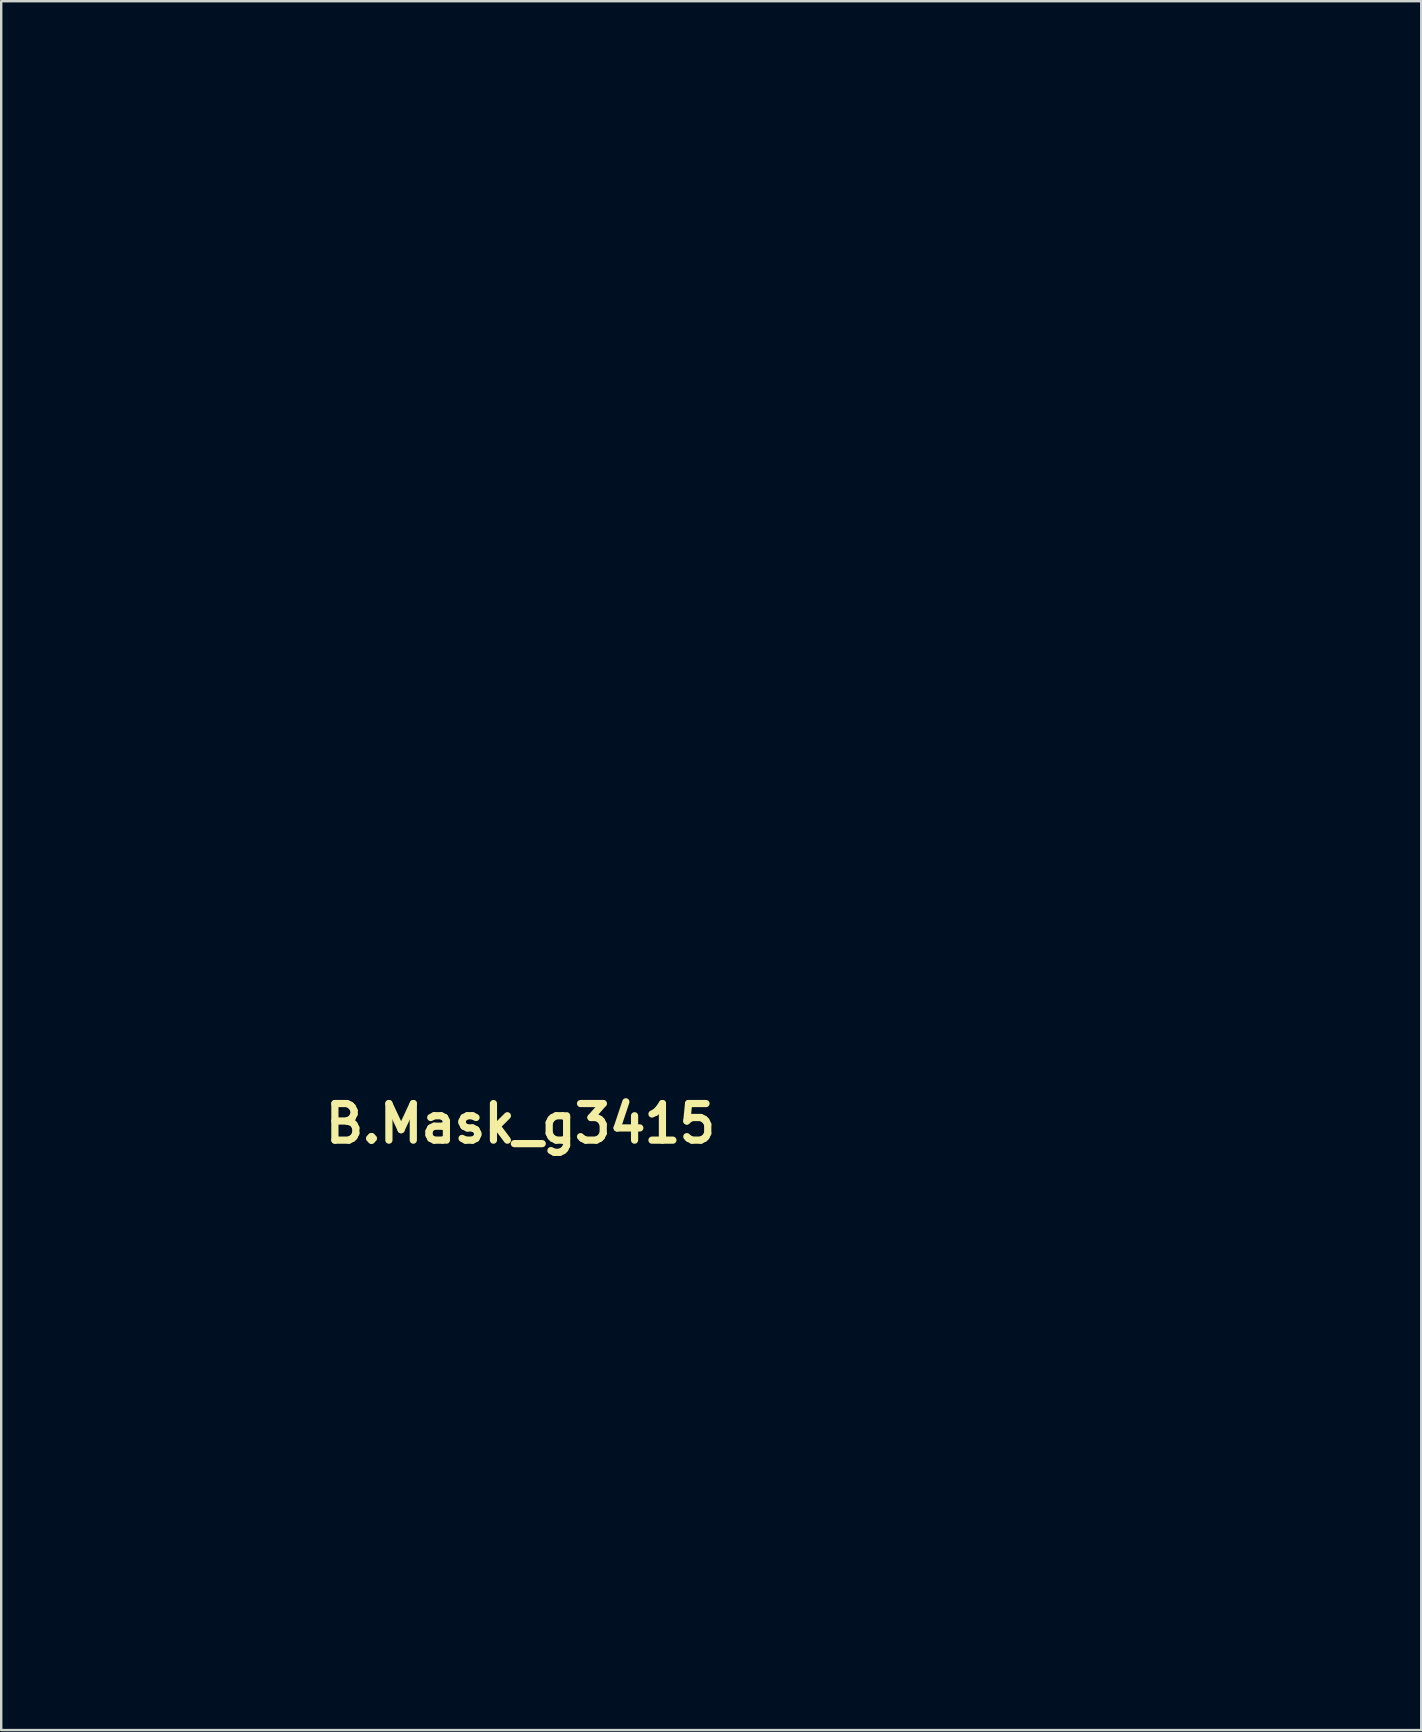
<source format=kicad_pcb>
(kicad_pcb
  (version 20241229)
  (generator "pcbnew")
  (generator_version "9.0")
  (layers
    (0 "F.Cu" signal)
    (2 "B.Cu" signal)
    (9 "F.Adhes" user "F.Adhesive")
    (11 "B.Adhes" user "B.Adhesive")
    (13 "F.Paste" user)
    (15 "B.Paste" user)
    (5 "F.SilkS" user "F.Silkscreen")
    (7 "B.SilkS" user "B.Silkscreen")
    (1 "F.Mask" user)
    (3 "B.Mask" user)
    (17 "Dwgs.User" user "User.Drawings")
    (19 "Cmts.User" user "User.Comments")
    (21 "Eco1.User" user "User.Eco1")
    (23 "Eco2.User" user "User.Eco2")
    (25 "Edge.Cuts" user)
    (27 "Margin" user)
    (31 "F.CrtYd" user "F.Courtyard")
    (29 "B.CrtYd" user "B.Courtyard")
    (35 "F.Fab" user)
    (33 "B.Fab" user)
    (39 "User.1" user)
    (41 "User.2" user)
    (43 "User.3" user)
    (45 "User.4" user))
  (footprint "B.Mask_g3415"
    (layer "F.Cu")
    (at 18.629 43.753)
    (property "Reference" "B.Mask_g3415" (at 0 0 0) (layer "F.SilkS") (effects (font (size 1.524 1.524) (thickness 0.3))))
    (attr through_hole)
    (fp_poly (pts (xy 33.271 6.842) (xy 33.399 6.864) (xy 33.401 6.865) (xy 33.633 6.946) (xy 33.845 7.061) (xy 34.034 7.207) (xy 34.197 7.38) (xy 34.329 7.576) (xy 34.429 7.792) (xy 34.494 8.023) (xy 34.517 8.213) (xy 34.511 8.465) (xy 34.466 8.705) (xy 34.383 8.93) (xy 34.266 9.137) (xy 34.117 9.322) (xy 33.938 9.482) (xy 33.731 9.614) (xy 33.509 9.71) (xy 33.36 9.747) (xy 33.187 9.77) (xy 33.006 9.776) (xy 32.83 9.767) (xy 32.676 9.741) (xy 32.665 9.738) (xy 32.431 9.653) (xy 32.216 9.531) (xy 32.023 9.374) (xy 32.005 9.356) (xy 31.839 9.164) (xy 31.713 8.957) (xy 31.625 8.733) (xy 31.576 8.491) (xy 31.566 8.394) (xy 31.568 8.172) (xy 31.603 7.96) (xy 31.674 7.747) (xy 31.722 7.641) (xy 31.843 7.439) (xy 31.998 7.258) (xy 32.181 7.102) (xy 32.386 6.977) (xy 32.609 6.886) (xy 32.681 6.865) (xy 32.808 6.842) (xy 32.96 6.831) (xy 33.119 6.831) (xy 33.271 6.842)) (stroke (width 0.01) (type solid)) (fill yes) (layer "B.Mask"))
    (fp_poly (pts (xy -9.539 -30.264) (xy -9.302 -30.238) (xy -9.088 -30.179) (xy -8.894 -30.086) (xy -8.711 -29.955) (xy -8.615 -29.866) (xy -8.455 -29.681) (xy -8.331 -29.476) (xy -8.262 -29.312) (xy -8.224 -29.168) (xy -8.201 -28.999) (xy -8.193 -28.822) (xy -8.201 -28.652) (xy -8.222 -28.522) (xy -8.295 -28.298) (xy -8.404 -28.089) (xy -8.545 -27.901) (xy -8.714 -27.74) (xy -8.906 -27.61) (xy -8.976 -27.574) (xy -9.072 -27.531) (xy -9.164 -27.493) (xy -9.241 -27.465) (xy -9.272 -27.456) (xy -9.388 -27.437) (xy -9.526 -27.425) (xy -9.667 -27.422) (xy -9.793 -27.428) (xy -9.832 -27.433) (xy -10.066 -27.489) (xy -10.285 -27.583) (xy -10.483 -27.711) (xy -10.658 -27.87) (xy -10.805 -28.058) (xy -10.922 -28.27) (xy -10.979 -28.416) (xy -11.005 -28.504) (xy -11.022 -28.583) (xy -11.031 -28.67) (xy -11.035 -28.777) (xy -11.035 -28.829) (xy -11.023 -29.066) (xy -10.981 -29.276) (xy -10.907 -29.467) (xy -10.799 -29.646) (xy -10.652 -29.82) (xy -10.626 -29.847) (xy -10.447 -30.005) (xy -10.26 -30.124) (xy -10.06 -30.206) (xy -9.842 -30.252) (xy -9.601 -30.265) (xy -9.539 -30.264)) (stroke (width 0.01) (type solid)) (fill yes) (layer "B.Mask"))
    (fp_poly (pts (xy -2.786 -5.692) (xy -2.59 -5.661) (xy -2.403 -5.607) (xy -2.279 -5.557) (xy -2.051 -5.434) (xy -1.842 -5.276) (xy -1.657 -5.089) (xy -1.499 -4.877) (xy -1.374 -4.647) (xy -1.285 -4.402) (xy -1.282 -4.392) (xy -1.257 -4.268) (xy -1.24 -4.117) (xy -1.232 -3.956) (xy -1.234 -3.8) (xy -1.245 -3.666) (xy -1.248 -3.651) (xy -1.311 -3.386) (xy -1.411 -3.138) (xy -1.545 -2.91) (xy -1.71 -2.706) (xy -1.904 -2.528) (xy -2.122 -2.38) (xy -2.363 -2.265) (xy -2.529 -2.21) (xy -2.642 -2.187) (xy -2.784 -2.172) (xy -2.943 -2.165) (xy -3.104 -2.166) (xy -3.256 -2.175) (xy -3.387 -2.191) (xy -3.437 -2.202) (xy -3.693 -2.287) (xy -3.927 -2.406) (xy -4.136 -2.554) (xy -4.319 -2.729) (xy -4.474 -2.926) (xy -4.6 -3.143) (xy -4.694 -3.376) (xy -4.755 -3.621) (xy -4.782 -3.874) (xy -4.771 -4.134) (xy -4.722 -4.394) (xy -4.648 -4.619) (xy -4.539 -4.834) (xy -4.395 -5.039) (xy -4.223 -5.225) (xy -4.028 -5.387) (xy -3.817 -5.516) (xy -3.735 -5.556) (xy -3.547 -5.628) (xy -3.36 -5.674) (xy -3.159 -5.697) (xy -3.006 -5.701) (xy -2.786 -5.692)) (stroke (width 0.01) (type solid)) (fill yes) (layer "B.Mask"))
    (fp_poly (pts (xy -3.071 -28.834) (xy -2.918 -28.822) (xy -2.794 -28.799) (xy -2.595 -28.727) (xy -2.403 -28.622) (xy -2.225 -28.49) (xy -2.069 -28.338) (xy -1.943 -28.172) (xy -1.9 -28.098) (xy -1.821 -27.926) (xy -1.77 -27.761) (xy -1.744 -27.588) (xy -1.74 -27.394) (xy -1.741 -27.359) (xy -1.762 -27.131) (xy -1.81 -26.931) (xy -1.886 -26.75) (xy -1.996 -26.579) (xy -2.142 -26.411) (xy -2.148 -26.404) (xy -2.329 -26.247) (xy -2.525 -26.128) (xy -2.738 -26.047) (xy -2.97 -26.003) (xy -3.162 -25.994) (xy -3.276 -25.998) (xy -3.386 -26.006) (xy -3.477 -26.018) (xy -3.514 -26.026) (xy -3.587 -26.05) (xy -3.682 -26.086) (xy -3.78 -26.129) (xy -3.81 -26.144) (xy -3.903 -26.193) (xy -3.983 -26.245) (xy -4.061 -26.309) (xy -4.151 -26.394) (xy -4.17 -26.414) (xy -4.327 -26.593) (xy -4.443 -26.779) (xy -4.523 -26.977) (xy -4.568 -27.193) (xy -4.58 -27.411) (xy -4.571 -27.604) (xy -4.542 -27.773) (xy -4.489 -27.936) (xy -4.435 -28.056) (xy -4.313 -28.258) (xy -4.158 -28.436) (xy -3.974 -28.587) (xy -3.767 -28.707) (xy -3.542 -28.792) (xy -3.514 -28.8) (xy -3.385 -28.823) (xy -3.232 -28.835) (xy -3.071 -28.834)) (stroke (width 0.01) (type solid)) (fill yes) (layer "B.Mask"))
    (fp_poly (pts (xy 5.881 12.036) (xy 6.173 12.1) (xy 6.457 12.202) (xy 6.71 12.332) (xy 6.96 12.505) (xy 7.181 12.706) (xy 7.372 12.932) (xy 7.531 13.18) (xy 7.658 13.445) (xy 7.749 13.724) (xy 7.805 14.014) (xy 7.824 14.311) (xy 7.803 14.611) (xy 7.743 14.91) (xy 7.734 14.94) (xy 7.632 15.226) (xy 7.496 15.49) (xy 7.324 15.734) (xy 7.146 15.929) (xy 6.911 16.136) (xy 6.661 16.304) (xy 6.394 16.434) (xy 6.108 16.526) (xy 5.935 16.563) (xy 5.786 16.581) (xy 5.613 16.59) (xy 5.431 16.591) (xy 5.258 16.582) (xy 5.109 16.564) (xy 5.099 16.562) (xy 4.814 16.489) (xy 4.54 16.378) (xy 4.281 16.232) (xy 4.043 16.055) (xy 3.829 15.849) (xy 3.645 15.618) (xy 3.509 15.394) (xy 3.393 15.145) (xy 3.312 14.903) (xy 3.262 14.656) (xy 3.24 14.392) (xy 3.239 14.293) (xy 3.259 13.981) (xy 3.319 13.681) (xy 3.419 13.394) (xy 3.557 13.124) (xy 3.731 12.874) (xy 3.941 12.645) (xy 3.951 12.636) (xy 4.187 12.441) (xy 4.444 12.281) (xy 4.715 12.158) (xy 4.999 12.072) (xy 5.29 12.022) (xy 5.585 12.01) (xy 5.881 12.036)) (stroke (width 0.01) (type solid)) (fill yes) (layer "B.Mask"))
    (fp_poly (pts (xy 7.902 -30.008) (xy 8.164 -29.938) (xy 8.415 -29.833) (xy 8.65 -29.693) (xy 8.864 -29.518) (xy 9.066 -29.304) (xy 9.227 -29.078) (xy 9.35 -28.839) (xy 9.436 -28.584) (xy 9.485 -28.308) (xy 9.498 -28.14) (xy 9.492 -27.848) (xy 9.449 -27.575) (xy 9.368 -27.316) (xy 9.248 -27.071) (xy 9.187 -26.973) (xy 9.007 -26.736) (xy 8.803 -26.533) (xy 8.576 -26.366) (xy 8.329 -26.234) (xy 8.063 -26.14) (xy 7.78 -26.084) (xy 7.599 -26.069) (xy 7.499 -26.066) (xy 7.408 -26.065) (xy 7.34 -26.066) (xy 7.313 -26.069) (xy 7.112 -26.103) (xy 6.937 -26.146) (xy 6.869 -26.167) (xy 6.604 -26.279) (xy 6.362 -26.426) (xy 6.145 -26.604) (xy 5.954 -26.813) (xy 5.794 -27.048) (xy 5.665 -27.306) (xy 5.575 -27.571) (xy 5.555 -27.674) (xy 5.542 -27.807) (xy 5.534 -27.957) (xy 5.533 -28.114) (xy 5.538 -28.266) (xy 5.55 -28.402) (xy 5.567 -28.51) (xy 5.572 -28.529) (xy 5.667 -28.801) (xy 5.794 -29.056) (xy 5.951 -29.291) (xy 6.133 -29.497) (xy 6.338 -29.672) (xy 6.339 -29.673) (xy 6.576 -29.82) (xy 6.829 -29.931) (xy 7.092 -30.004) (xy 7.361 -30.042) (xy 7.633 -30.043) (xy 7.902 -30.008)) (stroke (width 0.01) (type solid)) (fill yes) (layer "B.Mask"))
    (fp_poly (pts (xy -16.239 -2.003) (xy -15.951 -1.957) (xy -15.676 -1.874) (xy -15.416 -1.756) (xy -15.174 -1.606) (xy -14.953 -1.424) (xy -14.757 -1.214) (xy -14.587 -0.977) (xy -14.448 -0.714) (xy -14.343 -0.428) (xy -14.338 -0.413) (xy -14.307 -0.274) (xy -14.285 -0.109) (xy -14.271 0.07) (xy -14.267 0.248) (xy -14.273 0.411) (xy -14.286 0.52) (xy -14.357 0.819) (xy -14.465 1.1) (xy -14.607 1.359) (xy -14.782 1.595) (xy -14.986 1.805) (xy -15.219 1.985) (xy -15.476 2.135) (xy -15.727 2.239) (xy -15.963 2.305) (xy -16.214 2.346) (xy -16.466 2.36) (xy -16.675 2.35) (xy -16.972 2.299) (xy -17.246 2.214) (xy -17.501 2.093) (xy -17.74 1.935) (xy -17.968 1.737) (xy -17.991 1.714) (xy -18.189 1.493) (xy -18.348 1.262) (xy -18.47 1.015) (xy -18.561 0.746) (xy -18.596 0.595) (xy -18.615 0.456) (xy -18.624 0.289) (xy -18.624 0.109) (xy -18.614 -0.071) (xy -18.595 -0.238) (xy -18.568 -0.379) (xy -18.564 -0.392) (xy -18.467 -0.671) (xy -18.334 -0.933) (xy -18.169 -1.173) (xy -17.974 -1.389) (xy -17.754 -1.578) (xy -17.512 -1.737) (xy -17.25 -1.862) (xy -16.973 -1.95) (xy -16.838 -1.979) (xy -16.535 -2.011) (xy -16.239 -2.003)) (stroke (width 0.01) (type solid)) (fill yes) (layer "B.Mask"))
    (fp_poly (pts (xy -9.028 -14.711) (xy -8.735 -14.655) (xy -8.459 -14.562) (xy -8.203 -14.434) (xy -7.968 -14.273) (xy -7.758 -14.082) (xy -7.575 -13.862) (xy -7.423 -13.618) (xy -7.304 -13.349) (xy -7.237 -13.134) (xy -7.205 -12.958) (xy -7.188 -12.758) (xy -7.187 -12.551) (xy -7.202 -12.35) (xy -7.233 -12.173) (xy -7.235 -12.164) (xy -7.327 -11.875) (xy -7.455 -11.608) (xy -7.615 -11.364) (xy -7.808 -11.147) (xy -8.001 -10.981) (xy -8.13 -10.894) (xy -8.284 -10.807) (xy -8.449 -10.727) (xy -8.609 -10.662) (xy -8.731 -10.623) (xy -8.836 -10.602) (xy -8.971 -10.586) (xy -9.122 -10.575) (xy -9.278 -10.569) (xy -9.427 -10.569) (xy -9.555 -10.576) (xy -9.628 -10.585) (xy -9.905 -10.655) (xy -10.169 -10.764) (xy -10.418 -10.908) (xy -10.647 -11.085) (xy -10.85 -11.293) (xy -11.008 -11.502) (xy -11.141 -11.735) (xy -11.242 -11.984) (xy -11.308 -12.234) (xy -11.333 -12.408) (xy -11.342 -12.605) (xy -11.337 -12.808) (xy -11.317 -13.003) (xy -11.283 -13.174) (xy -11.282 -13.176) (xy -11.187 -13.452) (xy -11.057 -13.707) (xy -10.896 -13.939) (xy -10.708 -14.146) (xy -10.495 -14.324) (xy -10.26 -14.473) (xy -10.008 -14.589) (xy -9.741 -14.671) (xy -9.462 -14.717) (xy -9.176 -14.723) (xy -9.028 -14.711)) (stroke (width 0.01) (type solid)) (fill yes) (layer "B.Mask"))
    (fp_poly (pts (xy 22.056 -32.741) (xy 22.313 -32.689) (xy 22.562 -32.604) (xy 22.799 -32.485) (xy 23.021 -32.332) (xy 23.223 -32.146) (xy 23.377 -31.962) (xy 23.525 -31.73) (xy 23.635 -31.489) (xy 23.707 -31.234) (xy 23.744 -30.96) (xy 23.749 -30.793) (xy 23.73 -30.501) (xy 23.671 -30.226) (xy 23.574 -29.968) (xy 23.438 -29.727) (xy 23.264 -29.503) (xy 23.222 -29.458) (xy 23.008 -29.26) (xy 22.781 -29.102) (xy 22.537 -28.982) (xy 22.275 -28.899) (xy 21.992 -28.851) (xy 21.901 -28.842) (xy 21.825 -28.836) (xy 21.776 -28.832) (xy 21.762 -28.832) (xy 21.736 -28.835) (xy 21.679 -28.842) (xy 21.603 -28.849) (xy 21.59 -28.851) (xy 21.312 -28.899) (xy 21.048 -28.985) (xy 20.802 -29.107) (xy 20.577 -29.262) (xy 20.375 -29.447) (xy 20.2 -29.66) (xy 20.054 -29.899) (xy 19.941 -30.161) (xy 19.894 -30.311) (xy 19.874 -30.392) (xy 19.86 -30.469) (xy 19.852 -30.551) (xy 19.847 -30.652) (xy 19.846 -30.781) (xy 19.846 -30.808) (xy 19.851 -30.993) (xy 19.865 -31.148) (xy 19.892 -31.288) (xy 19.933 -31.424) (xy 19.992 -31.569) (xy 20.021 -31.633) (xy 20.097 -31.784) (xy 20.175 -31.91) (xy 20.266 -32.03) (xy 20.356 -32.132) (xy 20.562 -32.325) (xy 20.786 -32.481) (xy 21.025 -32.603) (xy 21.275 -32.689) (xy 21.533 -32.741) (xy 21.795 -32.758) (xy 22.056 -32.741)) (stroke (width 0.01) (type solid)) (fill yes) (layer "B.Mask"))
    (fp_poly (pts (xy -3.265 18.117) (xy -2.988 18.187) (xy -2.715 18.298) (xy -2.667 18.321) (xy -2.416 18.474) (xy -2.193 18.657) (xy -1.998 18.869) (xy -1.835 19.106) (xy -1.706 19.365) (xy -1.612 19.643) (xy -1.574 19.818) (xy -1.555 19.99) (xy -1.549 20.181) (xy -1.558 20.376) (xy -1.58 20.56) (xy -1.606 20.684) (xy -1.701 20.967) (xy -1.831 21.23) (xy -1.994 21.469) (xy -2.186 21.682) (xy -2.406 21.865) (xy -2.65 22.018) (xy -2.916 22.136) (xy -3.143 22.205) (xy -3.273 22.229) (xy -3.426 22.246) (xy -3.589 22.256) (xy -3.746 22.258) (xy -3.881 22.25) (xy -3.911 22.246) (xy -4.203 22.184) (xy -4.478 22.085) (xy -4.734 21.951) (xy -4.966 21.783) (xy -5.174 21.585) (xy -5.354 21.358) (xy -5.503 21.104) (xy -5.62 20.826) (xy -5.644 20.753) (xy -5.665 20.682) (xy -5.68 20.622) (xy -5.691 20.561) (xy -5.697 20.493) (xy -5.701 20.407) (xy -5.702 20.295) (xy -5.702 20.172) (xy -5.702 20.031) (xy -5.7 19.923) (xy -5.696 19.84) (xy -5.689 19.773) (xy -5.678 19.713) (xy -5.662 19.652) (xy -5.644 19.591) (xy -5.538 19.312) (xy -5.399 19.057) (xy -5.233 18.829) (xy -5.041 18.629) (xy -4.827 18.457) (xy -4.595 18.316) (xy -4.347 18.207) (xy -4.087 18.131) (xy -3.818 18.09) (xy -3.543 18.085) (xy -3.265 18.117)) (stroke (width 0.01) (type solid)) (fill yes) (layer "B.Mask"))
    (fp_poly (pts (xy -11.32 -38.316) (xy -10.941 -38.248) (xy -10.57 -38.144) (xy -10.21 -38.004) (xy -9.863 -37.828) (xy -9.533 -37.617) (xy -9.223 -37.371) (xy -8.96 -37.119) (xy -8.692 -36.806) (xy -8.461 -36.472) (xy -8.266 -36.119) (xy -8.11 -35.749) (xy -7.993 -35.365) (xy -7.915 -34.967) (xy -7.878 -34.558) (xy -7.874 -34.385) (xy -7.894 -33.979) (xy -7.953 -33.586) (xy -8.049 -33.208) (xy -8.18 -32.845) (xy -8.344 -32.501) (xy -8.539 -32.177) (xy -8.763 -31.875) (xy -9.014 -31.596) (xy -9.29 -31.342) (xy -9.59 -31.115) (xy -9.91 -30.917) (xy -10.25 -30.75) (xy -10.607 -30.615) (xy -10.979 -30.514) (xy -11.365 -30.449) (xy -11.762 -30.422) (xy -12.168 -30.434) (xy -12.239 -30.44) (xy -12.631 -30.499) (xy -13.013 -30.597) (xy -13.382 -30.734) (xy -13.736 -30.906) (xy -14.071 -31.113) (xy -14.385 -31.351) (xy -14.675 -31.62) (xy -14.938 -31.917) (xy -15.171 -32.24) (xy -15.348 -32.542) (xy -15.514 -32.898) (xy -15.64 -33.261) (xy -15.728 -33.635) (xy -15.778 -34.025) (xy -15.792 -34.375) (xy -15.787 -34.632) (xy -15.772 -34.861) (xy -15.743 -35.074) (xy -15.7 -35.285) (xy -15.639 -35.507) (xy -15.606 -35.613) (xy -15.466 -35.984) (xy -15.287 -36.339) (xy -15.073 -36.675) (xy -14.826 -36.99) (xy -14.548 -37.278) (xy -14.244 -37.538) (xy -13.941 -37.749) (xy -13.59 -37.944) (xy -13.227 -38.101) (xy -12.854 -38.22) (xy -12.474 -38.3) (xy -12.089 -38.343) (xy -11.704 -38.348) (xy -11.32 -38.316)) (stroke (width 0.01) (type solid)) (fill yes) (layer "B.Mask"))
    (fp_poly (pts (xy 22.005 2.584) (xy 22.298 2.63) (xy 22.578 2.715) (xy 22.841 2.835) (xy 23.084 2.989) (xy 23.304 3.174) (xy 23.5 3.388) (xy 23.666 3.627) (xy 23.802 3.891) (xy 23.903 4.175) (xy 23.913 4.21) (xy 23.934 4.295) (xy 23.949 4.371) (xy 23.959 4.448) (xy 23.965 4.539) (xy 23.967 4.652) (xy 23.967 4.752) (xy 23.967 4.888) (xy 23.963 4.994) (xy 23.957 5.079) (xy 23.946 5.155) (xy 23.929 5.232) (xy 23.913 5.296) (xy 23.813 5.59) (xy 23.679 5.862) (xy 23.51 6.109) (xy 23.31 6.33) (xy 23.079 6.523) (xy 22.818 6.685) (xy 22.818 6.686) (xy 22.556 6.803) (xy 22.276 6.884) (xy 21.986 6.929) (xy 21.693 6.936) (xy 21.511 6.92) (xy 21.218 6.861) (xy 20.94 6.765) (xy 20.68 6.632) (xy 20.441 6.467) (xy 20.226 6.272) (xy 20.038 6.05) (xy 19.879 5.802) (xy 19.753 5.532) (xy 19.681 5.313) (xy 19.663 5.243) (xy 19.65 5.177) (xy 19.642 5.108) (xy 19.636 5.026) (xy 19.634 4.923) (xy 19.633 4.788) (xy 19.633 4.741) (xy 19.634 4.6) (xy 19.636 4.492) (xy 19.64 4.408) (xy 19.648 4.34) (xy 19.659 4.279) (xy 19.676 4.216) (xy 19.692 4.159) (xy 19.797 3.875) (xy 19.929 3.62) (xy 20.092 3.389) (xy 20.273 3.193) (xy 20.509 2.992) (xy 20.761 2.83) (xy 21.029 2.708) (xy 21.312 2.625) (xy 21.609 2.582) (xy 21.919 2.578) (xy 22.005 2.584)) (stroke (width 0.01) (type solid)) (fill yes) (layer "B.Mask"))
    (fp_poly (pts (xy -0.611 -43.746) (xy -0.402 -43.738) (xy -0.205 -43.725) (xy -0.033 -43.706) (xy 0.009 -43.7) (xy 0.442 -43.611) (xy 0.861 -43.483) (xy 1.263 -43.318) (xy 1.645 -43.118) (xy 2.007 -42.884) (xy 2.346 -42.619) (xy 2.659 -42.324) (xy 2.944 -42) (xy 3.2 -41.649) (xy 3.423 -41.274) (xy 3.613 -40.875) (xy 3.649 -40.788) (xy 3.785 -40.393) (xy 3.882 -39.989) (xy 3.942 -39.573) (xy 3.966 -39.139) (xy 3.966 -39.074) (xy 3.949 -38.636) (xy 3.896 -38.218) (xy 3.807 -37.816) (xy 3.68 -37.426) (xy 3.515 -37.044) (xy 3.493 -36.999) (xy 3.275 -36.606) (xy 3.025 -36.241) (xy 2.748 -35.904) (xy 2.443 -35.599) (xy 2.114 -35.324) (xy 1.763 -35.082) (xy 1.391 -34.873) (xy 1.001 -34.7) (xy 0.596 -34.562) (xy 0.176 -34.462) (xy -0.256 -34.4) (xy -0.697 -34.378) (xy -1.146 -34.396) (xy -1.185 -34.399) (xy -1.599 -34.459) (xy -2.011 -34.559) (xy -2.417 -34.699) (xy -2.813 -34.876) (xy -3.196 -35.088) (xy -3.56 -35.334) (xy -3.587 -35.355) (xy -3.695 -35.443) (xy -3.821 -35.556) (xy -3.957 -35.686) (xy -4.095 -35.825) (xy -4.227 -35.965) (xy -4.346 -36.098) (xy -4.442 -36.215) (xy -4.458 -36.237) (xy -4.713 -36.613) (xy -4.928 -37.005) (xy -5.103 -37.412) (xy -5.239 -37.834) (xy -5.336 -38.269) (xy -5.377 -38.562) (xy -5.395 -38.823) (xy -5.397 -39.109) (xy -5.384 -39.406) (xy -5.355 -39.702) (xy -5.313 -39.985) (xy -5.258 -40.241) (xy -5.248 -40.28) (xy -5.114 -40.696) (xy -4.942 -41.096) (xy -4.736 -41.477) (xy -4.496 -41.836) (xy -4.226 -42.172) (xy -3.927 -42.482) (xy -3.601 -42.763) (xy -3.251 -43.012) (xy -2.878 -43.228) (xy -2.55 -43.382) (xy -2.131 -43.536) (xy -1.703 -43.649) (xy -1.263 -43.722) (xy -1.175 -43.731) (xy -1.011 -43.743) (xy -0.818 -43.748) (xy -0.611 -43.746)) (stroke (width 0.01) (type solid)) (fill yes) (layer "B.Mask")))
  (gr_rect
    (start -3 -3)
    (end 56.151 69.015)
    (stroke (width 0.1) (type default))
    (fill no)
    (layer "Edge.Cuts")))
</source>
